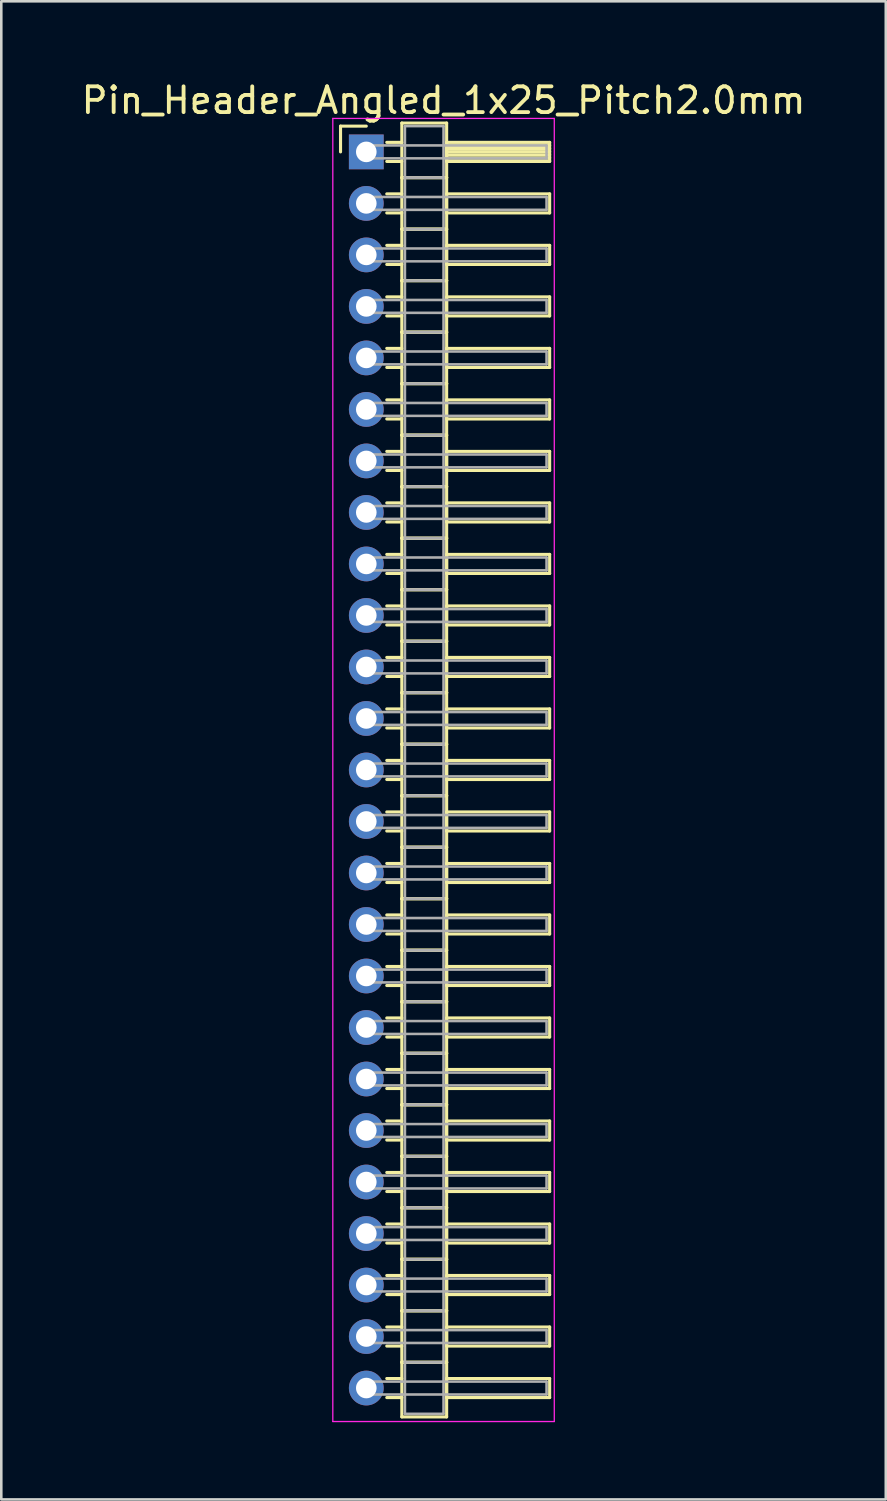
<source format=kicad_pcb>
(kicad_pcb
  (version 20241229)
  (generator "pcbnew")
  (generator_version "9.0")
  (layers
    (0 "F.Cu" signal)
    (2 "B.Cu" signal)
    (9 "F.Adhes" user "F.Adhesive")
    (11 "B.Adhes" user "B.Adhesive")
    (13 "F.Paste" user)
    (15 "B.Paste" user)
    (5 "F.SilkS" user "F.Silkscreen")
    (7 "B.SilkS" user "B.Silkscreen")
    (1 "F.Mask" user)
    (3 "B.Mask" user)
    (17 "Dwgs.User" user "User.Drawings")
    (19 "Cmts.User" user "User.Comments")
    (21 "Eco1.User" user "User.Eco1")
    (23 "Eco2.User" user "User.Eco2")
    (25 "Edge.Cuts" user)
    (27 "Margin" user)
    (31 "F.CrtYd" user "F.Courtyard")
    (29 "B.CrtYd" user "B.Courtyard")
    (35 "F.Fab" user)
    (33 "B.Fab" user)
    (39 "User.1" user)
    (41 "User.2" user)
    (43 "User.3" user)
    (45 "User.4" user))
  (footprint "Pin_Header_Angled_1x25_Pitch2.0mm"
    (layer "F.Cu")
    (at 11.173 2.848)
    (property "Reference" "Pin_Header_Angled_1x25_Pitch2.0mm" (at 3 -2 0) (layer "F.SilkS") (effects (font (size 1 1) (thickness 0.15))))
    (attr through_hole)
    (fp_line (start -1 -1) (end 0 -1) (stroke (width 0.12) (type solid)) (layer "F.SilkS"))
    (fp_line (start -1 0) (end -1 -1) (stroke (width 0.12) (type solid)) (layer "F.SilkS"))
    (fp_line (start 0.795 -0.37) (end 1.38 -0.37) (stroke (width 0.12) (type solid)) (layer "F.SilkS"))
    (fp_line (start 0.795 0.37) (end 1.38 0.37) (stroke (width 0.12) (type solid)) (layer "F.SilkS"))
    (fp_line (start 0.795 1.63) (end 1.38 1.63) (stroke (width 0.12) (type solid)) (layer "F.SilkS"))
    (fp_line (start 0.795 2.37) (end 1.38 2.37) (stroke (width 0.12) (type solid)) (layer "F.SilkS"))
    (fp_line (start 0.795 3.63) (end 1.38 3.63) (stroke (width 0.12) (type solid)) (layer "F.SilkS"))
    (fp_line (start 0.795 4.37) (end 1.38 4.37) (stroke (width 0.12) (type solid)) (layer "F.SilkS"))
    (fp_line (start 0.795 5.63) (end 1.38 5.63) (stroke (width 0.12) (type solid)) (layer "F.SilkS"))
    (fp_line (start 0.795 6.37) (end 1.38 6.37) (stroke (width 0.12) (type solid)) (layer "F.SilkS"))
    (fp_line (start 0.795 7.63) (end 1.38 7.63) (stroke (width 0.12) (type solid)) (layer "F.SilkS"))
    (fp_line (start 0.795 8.37) (end 1.38 8.37) (stroke (width 0.12) (type solid)) (layer "F.SilkS"))
    (fp_line (start 0.795 9.63) (end 1.38 9.63) (stroke (width 0.12) (type solid)) (layer "F.SilkS"))
    (fp_line (start 0.795 10.37) (end 1.38 10.37) (stroke (width 0.12) (type solid)) (layer "F.SilkS"))
    (fp_line (start 0.795 11.63) (end 1.38 11.63) (stroke (width 0.12) (type solid)) (layer "F.SilkS"))
    (fp_line (start 0.795 12.37) (end 1.38 12.37) (stroke (width 0.12) (type solid)) (layer "F.SilkS"))
    (fp_line (start 0.795 13.63) (end 1.38 13.63) (stroke (width 0.12) (type solid)) (layer "F.SilkS"))
    (fp_line (start 0.795 14.37) (end 1.38 14.37) (stroke (width 0.12) (type solid)) (layer "F.SilkS"))
    (fp_line (start 0.795 15.63) (end 1.38 15.63) (stroke (width 0.12) (type solid)) (layer "F.SilkS"))
    (fp_line (start 0.795 16.37) (end 1.38 16.37) (stroke (width 0.12) (type solid)) (layer "F.SilkS"))
    (fp_line (start 0.795 17.63) (end 1.38 17.63) (stroke (width 0.12) (type solid)) (layer "F.SilkS"))
    (fp_line (start 0.795 18.37) (end 1.38 18.37) (stroke (width 0.12) (type solid)) (layer "F.SilkS"))
    (fp_line (start 0.795 19.63) (end 1.38 19.63) (stroke (width 0.12) (type solid)) (layer "F.SilkS"))
    (fp_line (start 0.795 20.37) (end 1.38 20.37) (stroke (width 0.12) (type solid)) (layer "F.SilkS"))
    (fp_line (start 0.795 21.63) (end 1.38 21.63) (stroke (width 0.12) (type solid)) (layer "F.SilkS"))
    (fp_line (start 0.795 22.37) (end 1.38 22.37) (stroke (width 0.12) (type solid)) (layer "F.SilkS"))
    (fp_line (start 0.795 23.63) (end 1.38 23.63) (stroke (width 0.12) (type solid)) (layer "F.SilkS"))
    (fp_line (start 0.795 24.37) (end 1.38 24.37) (stroke (width 0.12) (type solid)) (layer "F.SilkS"))
    (fp_line (start 0.795 25.63) (end 1.38 25.63) (stroke (width 0.12) (type solid)) (layer "F.SilkS"))
    (fp_line (start 0.795 26.37) (end 1.38 26.37) (stroke (width 0.12) (type solid)) (layer "F.SilkS"))
    (fp_line (start 0.795 27.63) (end 1.38 27.63) (stroke (width 0.12) (type solid)) (layer "F.SilkS"))
    (fp_line (start 0.795 28.37) (end 1.38 28.37) (stroke (width 0.12) (type solid)) (layer "F.SilkS"))
    (fp_line (start 0.795 29.63) (end 1.38 29.63) (stroke (width 0.12) (type solid)) (layer "F.SilkS"))
    (fp_line (start 0.795 30.37) (end 1.38 30.37) (stroke (width 0.12) (type solid)) (layer "F.SilkS"))
    (fp_line (start 0.795 31.63) (end 1.38 31.63) (stroke (width 0.12) (type solid)) (layer "F.SilkS"))
    (fp_line (start 0.795 32.37) (end 1.38 32.37) (stroke (width 0.12) (type solid)) (layer "F.SilkS"))
    (fp_line (start 0.795 33.63) (end 1.38 33.63) (stroke (width 0.12) (type solid)) (layer "F.SilkS"))
    (fp_line (start 0.795 34.37) (end 1.38 34.37) (stroke (width 0.12) (type solid)) (layer "F.SilkS"))
    (fp_line (start 0.795 35.63) (end 1.38 35.63) (stroke (width 0.12) (type solid)) (layer "F.SilkS"))
    (fp_line (start 0.795 36.37) (end 1.38 36.37) (stroke (width 0.12) (type solid)) (layer "F.SilkS"))
    (fp_line (start 0.795 37.63) (end 1.38 37.63) (stroke (width 0.12) (type solid)) (layer "F.SilkS"))
    (fp_line (start 0.795 38.37) (end 1.38 38.37) (stroke (width 0.12) (type solid)) (layer "F.SilkS"))
    (fp_line (start 0.795 39.63) (end 1.38 39.63) (stroke (width 0.12) (type solid)) (layer "F.SilkS"))
    (fp_line (start 0.795 40.37) (end 1.38 40.37) (stroke (width 0.12) (type solid)) (layer "F.SilkS"))
    (fp_line (start 0.795 41.63) (end 1.38 41.63) (stroke (width 0.12) (type solid)) (layer "F.SilkS"))
    (fp_line (start 0.795 42.37) (end 1.38 42.37) (stroke (width 0.12) (type solid)) (layer "F.SilkS"))
    (fp_line (start 0.795 43.63) (end 1.38 43.63) (stroke (width 0.12) (type solid)) (layer "F.SilkS"))
    (fp_line (start 0.795 44.37) (end 1.38 44.37) (stroke (width 0.12) (type solid)) (layer "F.SilkS"))
    (fp_line (start 0.795 45.63) (end 1.38 45.63) (stroke (width 0.12) (type solid)) (layer "F.SilkS"))
    (fp_line (start 0.795 46.37) (end 1.38 46.37) (stroke (width 0.12) (type solid)) (layer "F.SilkS"))
    (fp_line (start 0.795 47.63) (end 1.38 47.63) (stroke (width 0.12) (type solid)) (layer "F.SilkS"))
    (fp_line (start 0.795 48.37) (end 1.38 48.37) (stroke (width 0.12) (type solid)) (layer "F.SilkS"))
    (fp_line (start 1.38 -1.12) (end 1.38 1) (stroke (width 0.12) (type solid)) (layer "F.SilkS"))
    (fp_line (start 1.38 1) (end 1.38 3) (stroke (width 0.12) (type solid)) (layer "F.SilkS"))
    (fp_line (start 1.38 1) (end 3.12 1) (stroke (width 0.12) (type solid)) (layer "F.SilkS"))
    (fp_line (start 1.38 3) (end 1.38 5) (stroke (width 0.12) (type solid)) (layer "F.SilkS"))
    (fp_line (start 1.38 3) (end 3.12 3) (stroke (width 0.12) (type solid)) (layer "F.SilkS"))
    (fp_line (start 1.38 5) (end 1.38 7) (stroke (width 0.12) (type solid)) (layer "F.SilkS"))
    (fp_line (start 1.38 5) (end 3.12 5) (stroke (width 0.12) (type solid)) (layer "F.SilkS"))
    (fp_line (start 1.38 7) (end 1.38 9) (stroke (width 0.12) (type solid)) (layer "F.SilkS"))
    (fp_line (start 1.38 7) (end 3.12 7) (stroke (width 0.12) (type solid)) (layer "F.SilkS"))
    (fp_line (start 1.38 9) (end 1.38 11) (stroke (width 0.12) (type solid)) (layer "F.SilkS"))
    (fp_line (start 1.38 9) (end 3.12 9) (stroke (width 0.12) (type solid)) (layer "F.SilkS"))
    (fp_line (start 1.38 11) (end 1.38 13) (stroke (width 0.12) (type solid)) (layer "F.SilkS"))
    (fp_line (start 1.38 11) (end 3.12 11) (stroke (width 0.12) (type solid)) (layer "F.SilkS"))
    (fp_line (start 1.38 13) (end 1.38 15) (stroke (width 0.12) (type solid)) (layer "F.SilkS"))
    (fp_line (start 1.38 13) (end 3.12 13) (stroke (width 0.12) (type solid)) (layer "F.SilkS"))
    (fp_line (start 1.38 15) (end 1.38 17) (stroke (width 0.12) (type solid)) (layer "F.SilkS"))
    (fp_line (start 1.38 15) (end 3.12 15) (stroke (width 0.12) (type solid)) (layer "F.SilkS"))
    (fp_line (start 1.38 17) (end 1.38 19) (stroke (width 0.12) (type solid)) (layer "F.SilkS"))
    (fp_line (start 1.38 17) (end 3.12 17) (stroke (width 0.12) (type solid)) (layer "F.SilkS"))
    (fp_line (start 1.38 19) (end 1.38 21) (stroke (width 0.12) (type solid)) (layer "F.SilkS"))
    (fp_line (start 1.38 19) (end 3.12 19) (stroke (width 0.12) (type solid)) (layer "F.SilkS"))
    (fp_line (start 1.38 21) (end 1.38 23) (stroke (width 0.12) (type solid)) (layer "F.SilkS"))
    (fp_line (start 1.38 21) (end 3.12 21) (stroke (width 0.12) (type solid)) (layer "F.SilkS"))
    (fp_line (start 1.38 23) (end 1.38 25) (stroke (width 0.12) (type solid)) (layer "F.SilkS"))
    (fp_line (start 1.38 23) (end 3.12 23) (stroke (width 0.12) (type solid)) (layer "F.SilkS"))
    (fp_line (start 1.38 25) (end 1.38 27) (stroke (width 0.12) (type solid)) (layer "F.SilkS"))
    (fp_line (start 1.38 25) (end 3.12 25) (stroke (width 0.12) (type solid)) (layer "F.SilkS"))
    (fp_line (start 1.38 27) (end 1.38 29) (stroke (width 0.12) (type solid)) (layer "F.SilkS"))
    (fp_line (start 1.38 27) (end 3.12 27) (stroke (width 0.12) (type solid)) (layer "F.SilkS"))
    (fp_line (start 1.38 29) (end 1.38 31) (stroke (width 0.12) (type solid)) (layer "F.SilkS"))
    (fp_line (start 1.38 29) (end 3.12 29) (stroke (width 0.12) (type solid)) (layer "F.SilkS"))
    (fp_line (start 1.38 31) (end 1.38 33) (stroke (width 0.12) (type solid)) (layer "F.SilkS"))
    (fp_line (start 1.38 31) (end 3.12 31) (stroke (width 0.12) (type solid)) (layer "F.SilkS"))
    (fp_line (start 1.38 33) (end 1.38 35) (stroke (width 0.12) (type solid)) (layer "F.SilkS"))
    (fp_line (start 1.38 33) (end 3.12 33) (stroke (width 0.12) (type solid)) (layer "F.SilkS"))
    (fp_line (start 1.38 35) (end 1.38 37) (stroke (width 0.12) (type solid)) (layer "F.SilkS"))
    (fp_line (start 1.38 35) (end 3.12 35) (stroke (width 0.12) (type solid)) (layer "F.SilkS"))
    (fp_line (start 1.38 37) (end 1.38 39) (stroke (width 0.12) (type solid)) (layer "F.SilkS"))
    (fp_line (start 1.38 37) (end 3.12 37) (stroke (width 0.12) (type solid)) (layer "F.SilkS"))
    (fp_line (start 1.38 39) (end 1.38 41) (stroke (width 0.12) (type solid)) (layer "F.SilkS"))
    (fp_line (start 1.38 39) (end 3.12 39) (stroke (width 0.12) (type solid)) (layer "F.SilkS"))
    (fp_line (start 1.38 41) (end 1.38 43) (stroke (width 0.12) (type solid)) (layer "F.SilkS"))
    (fp_line (start 1.38 41) (end 3.12 41) (stroke (width 0.12) (type solid)) (layer "F.SilkS"))
    (fp_line (start 1.38 43) (end 1.38 45) (stroke (width 0.12) (type solid)) (layer "F.SilkS"))
    (fp_line (start 1.38 43) (end 3.12 43) (stroke (width 0.12) (type solid)) (layer "F.SilkS"))
    (fp_line (start 1.38 45) (end 1.38 47) (stroke (width 0.12) (type solid)) (layer "F.SilkS"))
    (fp_line (start 1.38 45) (end 3.12 45) (stroke (width 0.12) (type solid)) (layer "F.SilkS"))
    (fp_line (start 1.38 47) (end 1.38 49.12) (stroke (width 0.12) (type solid)) (layer "F.SilkS"))
    (fp_line (start 1.38 47) (end 3.12 47) (stroke (width 0.12) (type solid)) (layer "F.SilkS"))
    (fp_line (start 1.38 49.12) (end 3.12 49.12) (stroke (width 0.12) (type solid)) (layer "F.SilkS"))
    (fp_line (start 3.12 -1.12) (end 1.38 -1.12) (stroke (width 0.12) (type solid)) (layer "F.SilkS"))
    (fp_line (start 3.12 -0.37) (end 3.12 0.37) (stroke (width 0.12) (type solid)) (layer "F.SilkS"))
    (fp_line (start 3.12 -0.25) (end 7.12 -0.25) (stroke (width 0.12) (type solid)) (layer "F.SilkS"))
    (fp_line (start 3.12 -0.13) (end 7.12 -0.13) (stroke (width 0.12) (type solid)) (layer "F.SilkS"))
    (fp_line (start 3.12 -0.01) (end 7.12 -0.01) (stroke (width 0.12) (type solid)) (layer "F.SilkS"))
    (fp_line (start 3.12 0.11) (end 7.12 0.11) (stroke (width 0.12) (type solid)) (layer "F.SilkS"))
    (fp_line (start 3.12 0.23) (end 7.12 0.23) (stroke (width 0.12) (type solid)) (layer "F.SilkS"))
    (fp_line (start 3.12 0.35) (end 7.12 0.35) (stroke (width 0.12) (type solid)) (layer "F.SilkS"))
    (fp_line (start 3.12 0.37) (end 7.12 0.37) (stroke (width 0.12) (type solid)) (layer "F.SilkS"))
    (fp_line (start 3.12 1) (end 1.38 1) (stroke (width 0.12) (type solid)) (layer "F.SilkS"))
    (fp_line (start 3.12 1) (end 3.12 -1.12) (stroke (width 0.12) (type solid)) (layer "F.SilkS"))
    (fp_line (start 3.12 1.63) (end 3.12 2.37) (stroke (width 0.12) (type solid)) (layer "F.SilkS"))
    (fp_line (start 3.12 2.37) (end 7.12 2.37) (stroke (width 0.12) (type solid)) (layer "F.SilkS"))
    (fp_line (start 3.12 3) (end 1.38 3) (stroke (width 0.12) (type solid)) (layer "F.SilkS"))
    (fp_line (start 3.12 3) (end 3.12 1) (stroke (width 0.12) (type solid)) (layer "F.SilkS"))
    (fp_line (start 3.12 3.63) (end 3.12 4.37) (stroke (width 0.12) (type solid)) (layer "F.SilkS"))
    (fp_line (start 3.12 4.37) (end 7.12 4.37) (stroke (width 0.12) (type solid)) (layer "F.SilkS"))
    (fp_line (start 3.12 5) (end 1.38 5) (stroke (width 0.12) (type solid)) (layer "F.SilkS"))
    (fp_line (start 3.12 5) (end 3.12 3) (stroke (width 0.12) (type solid)) (layer "F.SilkS"))
    (fp_line (start 3.12 5.63) (end 3.12 6.37) (stroke (width 0.12) (type solid)) (layer "F.SilkS"))
    (fp_line (start 3.12 6.37) (end 7.12 6.37) (stroke (width 0.12) (type solid)) (layer "F.SilkS"))
    (fp_line (start 3.12 7) (end 1.38 7) (stroke (width 0.12) (type solid)) (layer "F.SilkS"))
    (fp_line (start 3.12 7) (end 3.12 5) (stroke (width 0.12) (type solid)) (layer "F.SilkS"))
    (fp_line (start 3.12 7.63) (end 3.12 8.37) (stroke (width 0.12) (type solid)) (layer "F.SilkS"))
    (fp_line (start 3.12 8.37) (end 7.12 8.37) (stroke (width 0.12) (type solid)) (layer "F.SilkS"))
    (fp_line (start 3.12 9) (end 1.38 9) (stroke (width 0.12) (type solid)) (layer "F.SilkS"))
    (fp_line (start 3.12 9) (end 3.12 7) (stroke (width 0.12) (type solid)) (layer "F.SilkS"))
    (fp_line (start 3.12 9.63) (end 3.12 10.37) (stroke (width 0.12) (type solid)) (layer "F.SilkS"))
    (fp_line (start 3.12 10.37) (end 7.12 10.37) (stroke (width 0.12) (type solid)) (layer "F.SilkS"))
    (fp_line (start 3.12 11) (end 1.38 11) (stroke (width 0.12) (type solid)) (layer "F.SilkS"))
    (fp_line (start 3.12 11) (end 3.12 9) (stroke (width 0.12) (type solid)) (layer "F.SilkS"))
    (fp_line (start 3.12 11.63) (end 3.12 12.37) (stroke (width 0.12) (type solid)) (layer "F.SilkS"))
    (fp_line (start 3.12 12.37) (end 7.12 12.37) (stroke (width 0.12) (type solid)) (layer "F.SilkS"))
    (fp_line (start 3.12 13) (end 1.38 13) (stroke (width 0.12) (type solid)) (layer "F.SilkS"))
    (fp_line (start 3.12 13) (end 3.12 11) (stroke (width 0.12) (type solid)) (layer "F.SilkS"))
    (fp_line (start 3.12 13.63) (end 3.12 14.37) (stroke (width 0.12) (type solid)) (layer "F.SilkS"))
    (fp_line (start 3.12 14.37) (end 7.12 14.37) (stroke (width 0.12) (type solid)) (layer "F.SilkS"))
    (fp_line (start 3.12 15) (end 1.38 15) (stroke (width 0.12) (type solid)) (layer "F.SilkS"))
    (fp_line (start 3.12 15) (end 3.12 13) (stroke (width 0.12) (type solid)) (layer "F.SilkS"))
    (fp_line (start 3.12 15.63) (end 3.12 16.37) (stroke (width 0.12) (type solid)) (layer "F.SilkS"))
    (fp_line (start 3.12 16.37) (end 7.12 16.37) (stroke (width 0.12) (type solid)) (layer "F.SilkS"))
    (fp_line (start 3.12 17) (end 1.38 17) (stroke (width 0.12) (type solid)) (layer "F.SilkS"))
    (fp_line (start 3.12 17) (end 3.12 15) (stroke (width 0.12) (type solid)) (layer "F.SilkS"))
    (fp_line (start 3.12 17.63) (end 3.12 18.37) (stroke (width 0.12) (type solid)) (layer "F.SilkS"))
    (fp_line (start 3.12 18.37) (end 7.12 18.37) (stroke (width 0.12) (type solid)) (layer "F.SilkS"))
    (fp_line (start 3.12 19) (end 1.38 19) (stroke (width 0.12) (type solid)) (layer "F.SilkS"))
    (fp_line (start 3.12 19) (end 3.12 17) (stroke (width 0.12) (type solid)) (layer "F.SilkS"))
    (fp_line (start 3.12 19.63) (end 3.12 20.37) (stroke (width 0.12) (type solid)) (layer "F.SilkS"))
    (fp_line (start 3.12 20.37) (end 7.12 20.37) (stroke (width 0.12) (type solid)) (layer "F.SilkS"))
    (fp_line (start 3.12 21) (end 1.38 21) (stroke (width 0.12) (type solid)) (layer "F.SilkS"))
    (fp_line (start 3.12 21) (end 3.12 19) (stroke (width 0.12) (type solid)) (layer "F.SilkS"))
    (fp_line (start 3.12 21.63) (end 3.12 22.37) (stroke (width 0.12) (type solid)) (layer "F.SilkS"))
    (fp_line (start 3.12 22.37) (end 7.12 22.37) (stroke (width 0.12) (type solid)) (layer "F.SilkS"))
    (fp_line (start 3.12 23) (end 1.38 23) (stroke (width 0.12) (type solid)) (layer "F.SilkS"))
    (fp_line (start 3.12 23) (end 3.12 21) (stroke (width 0.12) (type solid)) (layer "F.SilkS"))
    (fp_line (start 3.12 23.63) (end 3.12 24.37) (stroke (width 0.12) (type solid)) (layer "F.SilkS"))
    (fp_line (start 3.12 24.37) (end 7.12 24.37) (stroke (width 0.12) (type solid)) (layer "F.SilkS"))
    (fp_line (start 3.12 25) (end 1.38 25) (stroke (width 0.12) (type solid)) (layer "F.SilkS"))
    (fp_line (start 3.12 25) (end 3.12 23) (stroke (width 0.12) (type solid)) (layer "F.SilkS"))
    (fp_line (start 3.12 25.63) (end 3.12 26.37) (stroke (width 0.12) (type solid)) (layer "F.SilkS"))
    (fp_line (start 3.12 26.37) (end 7.12 26.37) (stroke (width 0.12) (type solid)) (layer "F.SilkS"))
    (fp_line (start 3.12 27) (end 1.38 27) (stroke (width 0.12) (type solid)) (layer "F.SilkS"))
    (fp_line (start 3.12 27) (end 3.12 25) (stroke (width 0.12) (type solid)) (layer "F.SilkS"))
    (fp_line (start 3.12 27.63) (end 3.12 28.37) (stroke (width 0.12) (type solid)) (layer "F.SilkS"))
    (fp_line (start 3.12 28.37) (end 7.12 28.37) (stroke (width 0.12) (type solid)) (layer "F.SilkS"))
    (fp_line (start 3.12 29) (end 1.38 29) (stroke (width 0.12) (type solid)) (layer "F.SilkS"))
    (fp_line (start 3.12 29) (end 3.12 27) (stroke (width 0.12) (type solid)) (layer "F.SilkS"))
    (fp_line (start 3.12 29.63) (end 3.12 30.37) (stroke (width 0.12) (type solid)) (layer "F.SilkS"))
    (fp_line (start 3.12 30.37) (end 7.12 30.37) (stroke (width 0.12) (type solid)) (layer "F.SilkS"))
    (fp_line (start 3.12 31) (end 1.38 31) (stroke (width 0.12) (type solid)) (layer "F.SilkS"))
    (fp_line (start 3.12 31) (end 3.12 29) (stroke (width 0.12) (type solid)) (layer "F.SilkS"))
    (fp_line (start 3.12 31.63) (end 3.12 32.37) (stroke (width 0.12) (type solid)) (layer "F.SilkS"))
    (fp_line (start 3.12 32.37) (end 7.12 32.37) (stroke (width 0.12) (type solid)) (layer "F.SilkS"))
    (fp_line (start 3.12 33) (end 1.38 33) (stroke (width 0.12) (type solid)) (layer "F.SilkS"))
    (fp_line (start 3.12 33) (end 3.12 31) (stroke (width 0.12) (type solid)) (layer "F.SilkS"))
    (fp_line (start 3.12 33.63) (end 3.12 34.37) (stroke (width 0.12) (type solid)) (layer "F.SilkS"))
    (fp_line (start 3.12 34.37) (end 7.12 34.37) (stroke (width 0.12) (type solid)) (layer "F.SilkS"))
    (fp_line (start 3.12 35) (end 1.38 35) (stroke (width 0.12) (type solid)) (layer "F.SilkS"))
    (fp_line (start 3.12 35) (end 3.12 33) (stroke (width 0.12) (type solid)) (layer "F.SilkS"))
    (fp_line (start 3.12 35.63) (end 3.12 36.37) (stroke (width 0.12) (type solid)) (layer "F.SilkS"))
    (fp_line (start 3.12 36.37) (end 7.12 36.37) (stroke (width 0.12) (type solid)) (layer "F.SilkS"))
    (fp_line (start 3.12 37) (end 1.38 37) (stroke (width 0.12) (type solid)) (layer "F.SilkS"))
    (fp_line (start 3.12 37) (end 3.12 35) (stroke (width 0.12) (type solid)) (layer "F.SilkS"))
    (fp_line (start 3.12 37.63) (end 3.12 38.37) (stroke (width 0.12) (type solid)) (layer "F.SilkS"))
    (fp_line (start 3.12 38.37) (end 7.12 38.37) (stroke (width 0.12) (type solid)) (layer "F.SilkS"))
    (fp_line (start 3.12 39) (end 1.38 39) (stroke (width 0.12) (type solid)) (layer "F.SilkS"))
    (fp_line (start 3.12 39) (end 3.12 37) (stroke (width 0.12) (type solid)) (layer "F.SilkS"))
    (fp_line (start 3.12 39.63) (end 3.12 40.37) (stroke (width 0.12) (type solid)) (layer "F.SilkS"))
    (fp_line (start 3.12 40.37) (end 7.12 40.37) (stroke (width 0.12) (type solid)) (layer "F.SilkS"))
    (fp_line (start 3.12 41) (end 1.38 41) (stroke (width 0.12) (type solid)) (layer "F.SilkS"))
    (fp_line (start 3.12 41) (end 3.12 39) (stroke (width 0.12) (type solid)) (layer "F.SilkS"))
    (fp_line (start 3.12 41.63) (end 3.12 42.37) (stroke (width 0.12) (type solid)) (layer "F.SilkS"))
    (fp_line (start 3.12 42.37) (end 7.12 42.37) (stroke (width 0.12) (type solid)) (layer "F.SilkS"))
    (fp_line (start 3.12 43) (end 1.38 43) (stroke (width 0.12) (type solid)) (layer "F.SilkS"))
    (fp_line (start 3.12 43) (end 3.12 41) (stroke (width 0.12) (type solid)) (layer "F.SilkS"))
    (fp_line (start 3.12 43.63) (end 3.12 44.37) (stroke (width 0.12) (type solid)) (layer "F.SilkS"))
    (fp_line (start 3.12 44.37) (end 7.12 44.37) (stroke (width 0.12) (type solid)) (layer "F.SilkS"))
    (fp_line (start 3.12 45) (end 1.38 45) (stroke (width 0.12) (type solid)) (layer "F.SilkS"))
    (fp_line (start 3.12 45) (end 3.12 43) (stroke (width 0.12) (type solid)) (layer "F.SilkS"))
    (fp_line (start 3.12 45.63) (end 3.12 46.37) (stroke (width 0.12) (type solid)) (layer "F.SilkS"))
    (fp_line (start 3.12 46.37) (end 7.12 46.37) (stroke (width 0.12) (type solid)) (layer "F.SilkS"))
    (fp_line (start 3.12 47) (end 1.38 47) (stroke (width 0.12) (type solid)) (layer "F.SilkS"))
    (fp_line (start 3.12 47) (end 3.12 45) (stroke (width 0.12) (type solid)) (layer "F.SilkS"))
    (fp_line (start 3.12 47.63) (end 3.12 48.37) (stroke (width 0.12) (type solid)) (layer "F.SilkS"))
    (fp_line (start 3.12 48.37) (end 7.12 48.37) (stroke (width 0.12) (type solid)) (layer "F.SilkS"))
    (fp_line (start 3.12 49.12) (end 3.12 47) (stroke (width 0.12) (type solid)) (layer "F.SilkS"))
    (fp_line (start 7.12 -0.37) (end 3.12 -0.37) (stroke (width 0.12) (type solid)) (layer "F.SilkS"))
    (fp_line (start 7.12 0.37) (end 7.12 -0.37) (stroke (width 0.12) (type solid)) (layer "F.SilkS"))
    (fp_line (start 7.12 1.63) (end 3.12 1.63) (stroke (width 0.12) (type solid)) (layer "F.SilkS"))
    (fp_line (start 7.12 2.37) (end 7.12 1.63) (stroke (width 0.12) (type solid)) (layer "F.SilkS"))
    (fp_line (start 7.12 3.63) (end 3.12 3.63) (stroke (width 0.12) (type solid)) (layer "F.SilkS"))
    (fp_line (start 7.12 4.37) (end 7.12 3.63) (stroke (width 0.12) (type solid)) (layer "F.SilkS"))
    (fp_line (start 7.12 5.63) (end 3.12 5.63) (stroke (width 0.12) (type solid)) (layer "F.SilkS"))
    (fp_line (start 7.12 6.37) (end 7.12 5.63) (stroke (width 0.12) (type solid)) (layer "F.SilkS"))
    (fp_line (start 7.12 7.63) (end 3.12 7.63) (stroke (width 0.12) (type solid)) (layer "F.SilkS"))
    (fp_line (start 7.12 8.37) (end 7.12 7.63) (stroke (width 0.12) (type solid)) (layer "F.SilkS"))
    (fp_line (start 7.12 9.63) (end 3.12 9.63) (stroke (width 0.12) (type solid)) (layer "F.SilkS"))
    (fp_line (start 7.12 10.37) (end 7.12 9.63) (stroke (width 0.12) (type solid)) (layer "F.SilkS"))
    (fp_line (start 7.12 11.63) (end 3.12 11.63) (stroke (width 0.12) (type solid)) (layer "F.SilkS"))
    (fp_line (start 7.12 12.37) (end 7.12 11.63) (stroke (width 0.12) (type solid)) (layer "F.SilkS"))
    (fp_line (start 7.12 13.63) (end 3.12 13.63) (stroke (width 0.12) (type solid)) (layer "F.SilkS"))
    (fp_line (start 7.12 14.37) (end 7.12 13.63) (stroke (width 0.12) (type solid)) (layer "F.SilkS"))
    (fp_line (start 7.12 15.63) (end 3.12 15.63) (stroke (width 0.12) (type solid)) (layer "F.SilkS"))
    (fp_line (start 7.12 16.37) (end 7.12 15.63) (stroke (width 0.12) (type solid)) (layer "F.SilkS"))
    (fp_line (start 7.12 17.63) (end 3.12 17.63) (stroke (width 0.12) (type solid)) (layer "F.SilkS"))
    (fp_line (start 7.12 18.37) (end 7.12 17.63) (stroke (width 0.12) (type solid)) (layer "F.SilkS"))
    (fp_line (start 7.12 19.63) (end 3.12 19.63) (stroke (width 0.12) (type solid)) (layer "F.SilkS"))
    (fp_line (start 7.12 20.37) (end 7.12 19.63) (stroke (width 0.12) (type solid)) (layer "F.SilkS"))
    (fp_line (start 7.12 21.63) (end 3.12 21.63) (stroke (width 0.12) (type solid)) (layer "F.SilkS"))
    (fp_line (start 7.12 22.37) (end 7.12 21.63) (stroke (width 0.12) (type solid)) (layer "F.SilkS"))
    (fp_line (start 7.12 23.63) (end 3.12 23.63) (stroke (width 0.12) (type solid)) (layer "F.SilkS"))
    (fp_line (start 7.12 24.37) (end 7.12 23.63) (stroke (width 0.12) (type solid)) (layer "F.SilkS"))
    (fp_line (start 7.12 25.63) (end 3.12 25.63) (stroke (width 0.12) (type solid)) (layer "F.SilkS"))
    (fp_line (start 7.12 26.37) (end 7.12 25.63) (stroke (width 0.12) (type solid)) (layer "F.SilkS"))
    (fp_line (start 7.12 27.63) (end 3.12 27.63) (stroke (width 0.12) (type solid)) (layer "F.SilkS"))
    (fp_line (start 7.12 28.37) (end 7.12 27.63) (stroke (width 0.12) (type solid)) (layer "F.SilkS"))
    (fp_line (start 7.12 29.63) (end 3.12 29.63) (stroke (width 0.12) (type solid)) (layer "F.SilkS"))
    (fp_line (start 7.12 30.37) (end 7.12 29.63) (stroke (width 0.12) (type solid)) (layer "F.SilkS"))
    (fp_line (start 7.12 31.63) (end 3.12 31.63) (stroke (width 0.12) (type solid)) (layer "F.SilkS"))
    (fp_line (start 7.12 32.37) (end 7.12 31.63) (stroke (width 0.12) (type solid)) (layer "F.SilkS"))
    (fp_line (start 7.12 33.63) (end 3.12 33.63) (stroke (width 0.12) (type solid)) (layer "F.SilkS"))
    (fp_line (start 7.12 34.37) (end 7.12 33.63) (stroke (width 0.12) (type solid)) (layer "F.SilkS"))
    (fp_line (start 7.12 35.63) (end 3.12 35.63) (stroke (width 0.12) (type solid)) (layer "F.SilkS"))
    (fp_line (start 7.12 36.37) (end 7.12 35.63) (stroke (width 0.12) (type solid)) (layer "F.SilkS"))
    (fp_line (start 7.12 37.63) (end 3.12 37.63) (stroke (width 0.12) (type solid)) (layer "F.SilkS"))
    (fp_line (start 7.12 38.37) (end 7.12 37.63) (stroke (width 0.12) (type solid)) (layer "F.SilkS"))
    (fp_line (start 7.12 39.63) (end 3.12 39.63) (stroke (width 0.12) (type solid)) (layer "F.SilkS"))
    (fp_line (start 7.12 40.37) (end 7.12 39.63) (stroke (width 0.12) (type solid)) (layer "F.SilkS"))
    (fp_line (start 7.12 41.63) (end 3.12 41.63) (stroke (width 0.12) (type solid)) (layer "F.SilkS"))
    (fp_line (start 7.12 42.37) (end 7.12 41.63) (stroke (width 0.12) (type solid)) (layer "F.SilkS"))
    (fp_line (start 7.12 43.63) (end 3.12 43.63) (stroke (width 0.12) (type solid)) (layer "F.SilkS"))
    (fp_line (start 7.12 44.37) (end 7.12 43.63) (stroke (width 0.12) (type solid)) (layer "F.SilkS"))
    (fp_line (start 7.12 45.63) (end 3.12 45.63) (stroke (width 0.12) (type solid)) (layer "F.SilkS"))
    (fp_line (start 7.12 46.37) (end 7.12 45.63) (stroke (width 0.12) (type solid)) (layer "F.SilkS"))
    (fp_line (start 7.12 47.63) (end 3.12 47.63) (stroke (width 0.12) (type solid)) (layer "F.SilkS"))
    (fp_line (start 7.12 48.37) (end 7.12 47.63) (stroke (width 0.12) (type solid)) (layer "F.SilkS"))
    (fp_line (start -1.3 -1.3) (end -1.3 49.3) (stroke (width 0.05) (type solid)) (layer "F.CrtYd"))
    (fp_line (start -1.3 49.3) (end 7.3 49.3) (stroke (width 0.05) (type solid)) (layer "F.CrtYd"))
    (fp_line (start 7.3 -1.3) (end -1.3 -1.3) (stroke (width 0.05) (type solid)) (layer "F.CrtYd"))
    (fp_line (start 7.3 49.3) (end 7.3 -1.3) (stroke (width 0.05) (type solid)) (layer "F.CrtYd"))
    (fp_line (start 0 -0.25) (end 0 0.25) (stroke (width 0.1) (type solid)) (layer "F.Fab"))
    (fp_line (start 0 0.25) (end 7 0.25) (stroke (width 0.1) (type solid)) (layer "F.Fab"))
    (fp_line (start 0 1.75) (end 0 2.25) (stroke (width 0.1) (type solid)) (layer "F.Fab"))
    (fp_line (start 0 2.25) (end 7 2.25) (stroke (width 0.1) (type solid)) (layer "F.Fab"))
    (fp_line (start 0 3.75) (end 0 4.25) (stroke (width 0.1) (type solid)) (layer "F.Fab"))
    (fp_line (start 0 4.25) (end 7 4.25) (stroke (width 0.1) (type solid)) (layer "F.Fab"))
    (fp_line (start 0 5.75) (end 0 6.25) (stroke (width 0.1) (type solid)) (layer "F.Fab"))
    (fp_line (start 0 6.25) (end 7 6.25) (stroke (width 0.1) (type solid)) (layer "F.Fab"))
    (fp_line (start 0 7.75) (end 0 8.25) (stroke (width 0.1) (type solid)) (layer "F.Fab"))
    (fp_line (start 0 8.25) (end 7 8.25) (stroke (width 0.1) (type solid)) (layer "F.Fab"))
    (fp_line (start 0 9.75) (end 0 10.25) (stroke (width 0.1) (type solid)) (layer "F.Fab"))
    (fp_line (start 0 10.25) (end 7 10.25) (stroke (width 0.1) (type solid)) (layer "F.Fab"))
    (fp_line (start 0 11.75) (end 0 12.25) (stroke (width 0.1) (type solid)) (layer "F.Fab"))
    (fp_line (start 0 12.25) (end 7 12.25) (stroke (width 0.1) (type solid)) (layer "F.Fab"))
    (fp_line (start 0 13.75) (end 0 14.25) (stroke (width 0.1) (type solid)) (layer "F.Fab"))
    (fp_line (start 0 14.25) (end 7 14.25) (stroke (width 0.1) (type solid)) (layer "F.Fab"))
    (fp_line (start 0 15.75) (end 0 16.25) (stroke (width 0.1) (type solid)) (layer "F.Fab"))
    (fp_line (start 0 16.25) (end 7 16.25) (stroke (width 0.1) (type solid)) (layer "F.Fab"))
    (fp_line (start 0 17.75) (end 0 18.25) (stroke (width 0.1) (type solid)) (layer "F.Fab"))
    (fp_line (start 0 18.25) (end 7 18.25) (stroke (width 0.1) (type solid)) (layer "F.Fab"))
    (fp_line (start 0 19.75) (end 0 20.25) (stroke (width 0.1) (type solid)) (layer "F.Fab"))
    (fp_line (start 0 20.25) (end 7 20.25) (stroke (width 0.1) (type solid)) (layer "F.Fab"))
    (fp_line (start 0 21.75) (end 0 22.25) (stroke (width 0.1) (type solid)) (layer "F.Fab"))
    (fp_line (start 0 22.25) (end 7 22.25) (stroke (width 0.1) (type solid)) (layer "F.Fab"))
    (fp_line (start 0 23.75) (end 0 24.25) (stroke (width 0.1) (type solid)) (layer "F.Fab"))
    (fp_line (start 0 24.25) (end 7 24.25) (stroke (width 0.1) (type solid)) (layer "F.Fab"))
    (fp_line (start 0 25.75) (end 0 26.25) (stroke (width 0.1) (type solid)) (layer "F.Fab"))
    (fp_line (start 0 26.25) (end 7 26.25) (stroke (width 0.1) (type solid)) (layer "F.Fab"))
    (fp_line (start 0 27.75) (end 0 28.25) (stroke (width 0.1) (type solid)) (layer "F.Fab"))
    (fp_line (start 0 28.25) (end 7 28.25) (stroke (width 0.1) (type solid)) (layer "F.Fab"))
    (fp_line (start 0 29.75) (end 0 30.25) (stroke (width 0.1) (type solid)) (layer "F.Fab"))
    (fp_line (start 0 30.25) (end 7 30.25) (stroke (width 0.1) (type solid)) (layer "F.Fab"))
    (fp_line (start 0 31.75) (end 0 32.25) (stroke (width 0.1) (type solid)) (layer "F.Fab"))
    (fp_line (start 0 32.25) (end 7 32.25) (stroke (width 0.1) (type solid)) (layer "F.Fab"))
    (fp_line (start 0 33.75) (end 0 34.25) (stroke (width 0.1) (type solid)) (layer "F.Fab"))
    (fp_line (start 0 34.25) (end 7 34.25) (stroke (width 0.1) (type solid)) (layer "F.Fab"))
    (fp_line (start 0 35.75) (end 0 36.25) (stroke (width 0.1) (type solid)) (layer "F.Fab"))
    (fp_line (start 0 36.25) (end 7 36.25) (stroke (width 0.1) (type solid)) (layer "F.Fab"))
    (fp_line (start 0 37.75) (end 0 38.25) (stroke (width 0.1) (type solid)) (layer "F.Fab"))
    (fp_line (start 0 38.25) (end 7 38.25) (stroke (width 0.1) (type solid)) (layer "F.Fab"))
    (fp_line (start 0 39.75) (end 0 40.25) (stroke (width 0.1) (type solid)) (layer "F.Fab"))
    (fp_line (start 0 40.25) (end 7 40.25) (stroke (width 0.1) (type solid)) (layer "F.Fab"))
    (fp_line (start 0 41.75) (end 0 42.25) (stroke (width 0.1) (type solid)) (layer "F.Fab"))
    (fp_line (start 0 42.25) (end 7 42.25) (stroke (width 0.1) (type solid)) (layer "F.Fab"))
    (fp_line (start 0 43.75) (end 0 44.25) (stroke (width 0.1) (type solid)) (layer "F.Fab"))
    (fp_line (start 0 44.25) (end 7 44.25) (stroke (width 0.1) (type solid)) (layer "F.Fab"))
    (fp_line (start 0 45.75) (end 0 46.25) (stroke (width 0.1) (type solid)) (layer "F.Fab"))
    (fp_line (start 0 46.25) (end 7 46.25) (stroke (width 0.1) (type solid)) (layer "F.Fab"))
    (fp_line (start 0 47.75) (end 0 48.25) (stroke (width 0.1) (type solid)) (layer "F.Fab"))
    (fp_line (start 0 48.25) (end 7 48.25) (stroke (width 0.1) (type solid)) (layer "F.Fab"))
    (fp_line (start 1.5 -1) (end 1.5 1) (stroke (width 0.1) (type solid)) (layer "F.Fab"))
    (fp_line (start 1.5 1) (end 1.5 3) (stroke (width 0.1) (type solid)) (layer "F.Fab"))
    (fp_line (start 1.5 1) (end 3 1) (stroke (width 0.1) (type solid)) (layer "F.Fab"))
    (fp_line (start 1.5 3) (end 1.5 5) (stroke (width 0.1) (type solid)) (layer "F.Fab"))
    (fp_line (start 1.5 3) (end 3 3) (stroke (width 0.1) (type solid)) (layer "F.Fab"))
    (fp_line (start 1.5 5) (end 1.5 7) (stroke (width 0.1) (type solid)) (layer "F.Fab"))
    (fp_line (start 1.5 5) (end 3 5) (stroke (width 0.1) (type solid)) (layer "F.Fab"))
    (fp_line (start 1.5 7) (end 1.5 9) (stroke (width 0.1) (type solid)) (layer "F.Fab"))
    (fp_line (start 1.5 7) (end 3 7) (stroke (width 0.1) (type solid)) (layer "F.Fab"))
    (fp_line (start 1.5 9) (end 1.5 11) (stroke (width 0.1) (type solid)) (layer "F.Fab"))
    (fp_line (start 1.5 9) (end 3 9) (stroke (width 0.1) (type solid)) (layer "F.Fab"))
    (fp_line (start 1.5 11) (end 1.5 13) (stroke (width 0.1) (type solid)) (layer "F.Fab"))
    (fp_line (start 1.5 11) (end 3 11) (stroke (width 0.1) (type solid)) (layer "F.Fab"))
    (fp_line (start 1.5 13) (end 1.5 15) (stroke (width 0.1) (type solid)) (layer "F.Fab"))
    (fp_line (start 1.5 13) (end 3 13) (stroke (width 0.1) (type solid)) (layer "F.Fab"))
    (fp_line (start 1.5 15) (end 1.5 17) (stroke (width 0.1) (type solid)) (layer "F.Fab"))
    (fp_line (start 1.5 15) (end 3 15) (stroke (width 0.1) (type solid)) (layer "F.Fab"))
    (fp_line (start 1.5 17) (end 1.5 19) (stroke (width 0.1) (type solid)) (layer "F.Fab"))
    (fp_line (start 1.5 17) (end 3 17) (stroke (width 0.1) (type solid)) (layer "F.Fab"))
    (fp_line (start 1.5 19) (end 1.5 21) (stroke (width 0.1) (type solid)) (layer "F.Fab"))
    (fp_line (start 1.5 19) (end 3 19) (stroke (width 0.1) (type solid)) (layer "F.Fab"))
    (fp_line (start 1.5 21) (end 1.5 23) (stroke (width 0.1) (type solid)) (layer "F.Fab"))
    (fp_line (start 1.5 21) (end 3 21) (stroke (width 0.1) (type solid)) (layer "F.Fab"))
    (fp_line (start 1.5 23) (end 1.5 25) (stroke (width 0.1) (type solid)) (layer "F.Fab"))
    (fp_line (start 1.5 23) (end 3 23) (stroke (width 0.1) (type solid)) (layer "F.Fab"))
    (fp_line (start 1.5 25) (end 1.5 27) (stroke (width 0.1) (type solid)) (layer "F.Fab"))
    (fp_line (start 1.5 25) (end 3 25) (stroke (width 0.1) (type solid)) (layer "F.Fab"))
    (fp_line (start 1.5 27) (end 1.5 29) (stroke (width 0.1) (type solid)) (layer "F.Fab"))
    (fp_line (start 1.5 27) (end 3 27) (stroke (width 0.1) (type solid)) (layer "F.Fab"))
    (fp_line (start 1.5 29) (end 1.5 31) (stroke (width 0.1) (type solid)) (layer "F.Fab"))
    (fp_line (start 1.5 29) (end 3 29) (stroke (width 0.1) (type solid)) (layer "F.Fab"))
    (fp_line (start 1.5 31) (end 1.5 33) (stroke (width 0.1) (type solid)) (layer "F.Fab"))
    (fp_line (start 1.5 31) (end 3 31) (stroke (width 0.1) (type solid)) (layer "F.Fab"))
    (fp_line (start 1.5 33) (end 1.5 35) (stroke (width 0.1) (type solid)) (layer "F.Fab"))
    (fp_line (start 1.5 33) (end 3 33) (stroke (width 0.1) (type solid)) (layer "F.Fab"))
    (fp_line (start 1.5 35) (end 1.5 37) (stroke (width 0.1) (type solid)) (layer "F.Fab"))
    (fp_line (start 1.5 35) (end 3 35) (stroke (width 0.1) (type solid)) (layer "F.Fab"))
    (fp_line (start 1.5 37) (end 1.5 39) (stroke (width 0.1) (type solid)) (layer "F.Fab"))
    (fp_line (start 1.5 37) (end 3 37) (stroke (width 0.1) (type solid)) (layer "F.Fab"))
    (fp_line (start 1.5 39) (end 1.5 41) (stroke (width 0.1) (type solid)) (layer "F.Fab"))
    (fp_line (start 1.5 39) (end 3 39) (stroke (width 0.1) (type solid)) (layer "F.Fab"))
    (fp_line (start 1.5 41) (end 1.5 43) (stroke (width 0.1) (type solid)) (layer "F.Fab"))
    (fp_line (start 1.5 41) (end 3 41) (stroke (width 0.1) (type solid)) (layer "F.Fab"))
    (fp_line (start 1.5 43) (end 1.5 45) (stroke (width 0.1) (type solid)) (layer "F.Fab"))
    (fp_line (start 1.5 43) (end 3 43) (stroke (width 0.1) (type solid)) (layer "F.Fab"))
    (fp_line (start 1.5 45) (end 1.5 47) (stroke (width 0.1) (type solid)) (layer "F.Fab"))
    (fp_line (start 1.5 45) (end 3 45) (stroke (width 0.1) (type solid)) (layer "F.Fab"))
    (fp_line (start 1.5 47) (end 1.5 49) (stroke (width 0.1) (type solid)) (layer "F.Fab"))
    (fp_line (start 1.5 47) (end 3 47) (stroke (width 0.1) (type solid)) (layer "F.Fab"))
    (fp_line (start 1.5 49) (end 3 49) (stroke (width 0.1) (type solid)) (layer "F.Fab"))
    (fp_line (start 3 -1) (end 1.5 -1) (stroke (width 0.1) (type solid)) (layer "F.Fab"))
    (fp_line (start 3 1) (end 1.5 1) (stroke (width 0.1) (type solid)) (layer "F.Fab"))
    (fp_line (start 3 1) (end 3 -1) (stroke (width 0.1) (type solid)) (layer "F.Fab"))
    (fp_line (start 3 3) (end 1.5 3) (stroke (width 0.1) (type solid)) (layer "F.Fab"))
    (fp_line (start 3 3) (end 3 1) (stroke (width 0.1) (type solid)) (layer "F.Fab"))
    (fp_line (start 3 5) (end 1.5 5) (stroke (width 0.1) (type solid)) (layer "F.Fab"))
    (fp_line (start 3 5) (end 3 3) (stroke (width 0.1) (type solid)) (layer "F.Fab"))
    (fp_line (start 3 7) (end 1.5 7) (stroke (width 0.1) (type solid)) (layer "F.Fab"))
    (fp_line (start 3 7) (end 3 5) (stroke (width 0.1) (type solid)) (layer "F.Fab"))
    (fp_line (start 3 9) (end 1.5 9) (stroke (width 0.1) (type solid)) (layer "F.Fab"))
    (fp_line (start 3 9) (end 3 7) (stroke (width 0.1) (type solid)) (layer "F.Fab"))
    (fp_line (start 3 11) (end 1.5 11) (stroke (width 0.1) (type solid)) (layer "F.Fab"))
    (fp_line (start 3 11) (end 3 9) (stroke (width 0.1) (type solid)) (layer "F.Fab"))
    (fp_line (start 3 13) (end 1.5 13) (stroke (width 0.1) (type solid)) (layer "F.Fab"))
    (fp_line (start 3 13) (end 3 11) (stroke (width 0.1) (type solid)) (layer "F.Fab"))
    (fp_line (start 3 15) (end 1.5 15) (stroke (width 0.1) (type solid)) (layer "F.Fab"))
    (fp_line (start 3 15) (end 3 13) (stroke (width 0.1) (type solid)) (layer "F.Fab"))
    (fp_line (start 3 17) (end 1.5 17) (stroke (width 0.1) (type solid)) (layer "F.Fab"))
    (fp_line (start 3 17) (end 3 15) (stroke (width 0.1) (type solid)) (layer "F.Fab"))
    (fp_line (start 3 19) (end 1.5 19) (stroke (width 0.1) (type solid)) (layer "F.Fab"))
    (fp_line (start 3 19) (end 3 17) (stroke (width 0.1) (type solid)) (layer "F.Fab"))
    (fp_line (start 3 21) (end 1.5 21) (stroke (width 0.1) (type solid)) (layer "F.Fab"))
    (fp_line (start 3 21) (end 3 19) (stroke (width 0.1) (type solid)) (layer "F.Fab"))
    (fp_line (start 3 23) (end 1.5 23) (stroke (width 0.1) (type solid)) (layer "F.Fab"))
    (fp_line (start 3 23) (end 3 21) (stroke (width 0.1) (type solid)) (layer "F.Fab"))
    (fp_line (start 3 25) (end 1.5 25) (stroke (width 0.1) (type solid)) (layer "F.Fab"))
    (fp_line (start 3 25) (end 3 23) (stroke (width 0.1) (type solid)) (layer "F.Fab"))
    (fp_line (start 3 27) (end 1.5 27) (stroke (width 0.1) (type solid)) (layer "F.Fab"))
    (fp_line (start 3 27) (end 3 25) (stroke (width 0.1) (type solid)) (layer "F.Fab"))
    (fp_line (start 3 29) (end 1.5 29) (stroke (width 0.1) (type solid)) (layer "F.Fab"))
    (fp_line (start 3 29) (end 3 27) (stroke (width 0.1) (type solid)) (layer "F.Fab"))
    (fp_line (start 3 31) (end 1.5 31) (stroke (width 0.1) (type solid)) (layer "F.Fab"))
    (fp_line (start 3 31) (end 3 29) (stroke (width 0.1) (type solid)) (layer "F.Fab"))
    (fp_line (start 3 33) (end 1.5 33) (stroke (width 0.1) (type solid)) (layer "F.Fab"))
    (fp_line (start 3 33) (end 3 31) (stroke (width 0.1) (type solid)) (layer "F.Fab"))
    (fp_line (start 3 35) (end 1.5 35) (stroke (width 0.1) (type solid)) (layer "F.Fab"))
    (fp_line (start 3 35) (end 3 33) (stroke (width 0.1) (type solid)) (layer "F.Fab"))
    (fp_line (start 3 37) (end 1.5 37) (stroke (width 0.1) (type solid)) (layer "F.Fab"))
    (fp_line (start 3 37) (end 3 35) (stroke (width 0.1) (type solid)) (layer "F.Fab"))
    (fp_line (start 3 39) (end 1.5 39) (stroke (width 0.1) (type solid)) (layer "F.Fab"))
    (fp_line (start 3 39) (end 3 37) (stroke (width 0.1) (type solid)) (layer "F.Fab"))
    (fp_line (start 3 41) (end 1.5 41) (stroke (width 0.1) (type solid)) (layer "F.Fab"))
    (fp_line (start 3 41) (end 3 39) (stroke (width 0.1) (type solid)) (layer "F.Fab"))
    (fp_line (start 3 43) (end 1.5 43) (stroke (width 0.1) (type solid)) (layer "F.Fab"))
    (fp_line (start 3 43) (end 3 41) (stroke (width 0.1) (type solid)) (layer "F.Fab"))
    (fp_line (start 3 45) (end 1.5 45) (stroke (width 0.1) (type solid)) (layer "F.Fab"))
    (fp_line (start 3 45) (end 3 43) (stroke (width 0.1) (type solid)) (layer "F.Fab"))
    (fp_line (start 3 47) (end 1.5 47) (stroke (width 0.1) (type solid)) (layer "F.Fab"))
    (fp_line (start 3 47) (end 3 45) (stroke (width 0.1) (type solid)) (layer "F.Fab"))
    (fp_line (start 3 49) (end 3 47) (stroke (width 0.1) (type solid)) (layer "F.Fab"))
    (fp_line (start 7 -0.25) (end 0 -0.25) (stroke (width 0.1) (type solid)) (layer "F.Fab"))
    (fp_line (start 7 0.25) (end 7 -0.25) (stroke (width 0.1) (type solid)) (layer "F.Fab"))
    (fp_line (start 7 1.75) (end 0 1.75) (stroke (width 0.1) (type solid)) (layer "F.Fab"))
    (fp_line (start 7 2.25) (end 7 1.75) (stroke (width 0.1) (type solid)) (layer "F.Fab"))
    (fp_line (start 7 3.75) (end 0 3.75) (stroke (width 0.1) (type solid)) (layer "F.Fab"))
    (fp_line (start 7 4.25) (end 7 3.75) (stroke (width 0.1) (type solid)) (layer "F.Fab"))
    (fp_line (start 7 5.75) (end 0 5.75) (stroke (width 0.1) (type solid)) (layer "F.Fab"))
    (fp_line (start 7 6.25) (end 7 5.75) (stroke (width 0.1) (type solid)) (layer "F.Fab"))
    (fp_line (start 7 7.75) (end 0 7.75) (stroke (width 0.1) (type solid)) (layer "F.Fab"))
    (fp_line (start 7 8.25) (end 7 7.75) (stroke (width 0.1) (type solid)) (layer "F.Fab"))
    (fp_line (start 7 9.75) (end 0 9.75) (stroke (width 0.1) (type solid)) (layer "F.Fab"))
    (fp_line (start 7 10.25) (end 7 9.75) (stroke (width 0.1) (type solid)) (layer "F.Fab"))
    (fp_line (start 7 11.75) (end 0 11.75) (stroke (width 0.1) (type solid)) (layer "F.Fab"))
    (fp_line (start 7 12.25) (end 7 11.75) (stroke (width 0.1) (type solid)) (layer "F.Fab"))
    (fp_line (start 7 13.75) (end 0 13.75) (stroke (width 0.1) (type solid)) (layer "F.Fab"))
    (fp_line (start 7 14.25) (end 7 13.75) (stroke (width 0.1) (type solid)) (layer "F.Fab"))
    (fp_line (start 7 15.75) (end 0 15.75) (stroke (width 0.1) (type solid)) (layer "F.Fab"))
    (fp_line (start 7 16.25) (end 7 15.75) (stroke (width 0.1) (type solid)) (layer "F.Fab"))
    (fp_line (start 7 17.75) (end 0 17.75) (stroke (width 0.1) (type solid)) (layer "F.Fab"))
    (fp_line (start 7 18.25) (end 7 17.75) (stroke (width 0.1) (type solid)) (layer "F.Fab"))
    (fp_line (start 7 19.75) (end 0 19.75) (stroke (width 0.1) (type solid)) (layer "F.Fab"))
    (fp_line (start 7 20.25) (end 7 19.75) (stroke (width 0.1) (type solid)) (layer "F.Fab"))
    (fp_line (start 7 21.75) (end 0 21.75) (stroke (width 0.1) (type solid)) (layer "F.Fab"))
    (fp_line (start 7 22.25) (end 7 21.75) (stroke (width 0.1) (type solid)) (layer "F.Fab"))
    (fp_line (start 7 23.75) (end 0 23.75) (stroke (width 0.1) (type solid)) (layer "F.Fab"))
    (fp_line (start 7 24.25) (end 7 23.75) (stroke (width 0.1) (type solid)) (layer "F.Fab"))
    (fp_line (start 7 25.75) (end 0 25.75) (stroke (width 0.1) (type solid)) (layer "F.Fab"))
    (fp_line (start 7 26.25) (end 7 25.75) (stroke (width 0.1) (type solid)) (layer "F.Fab"))
    (fp_line (start 7 27.75) (end 0 27.75) (stroke (width 0.1) (type solid)) (layer "F.Fab"))
    (fp_line (start 7 28.25) (end 7 27.75) (stroke (width 0.1) (type solid)) (layer "F.Fab"))
    (fp_line (start 7 29.75) (end 0 29.75) (stroke (width 0.1) (type solid)) (layer "F.Fab"))
    (fp_line (start 7 30.25) (end 7 29.75) (stroke (width 0.1) (type solid)) (layer "F.Fab"))
    (fp_line (start 7 31.75) (end 0 31.75) (stroke (width 0.1) (type solid)) (layer "F.Fab"))
    (fp_line (start 7 32.25) (end 7 31.75) (stroke (width 0.1) (type solid)) (layer "F.Fab"))
    (fp_line (start 7 33.75) (end 0 33.75) (stroke (width 0.1) (type solid)) (layer "F.Fab"))
    (fp_line (start 7 34.25) (end 7 33.75) (stroke (width 0.1) (type solid)) (layer "F.Fab"))
    (fp_line (start 7 35.75) (end 0 35.75) (stroke (width 0.1) (type solid)) (layer "F.Fab"))
    (fp_line (start 7 36.25) (end 7 35.75) (stroke (width 0.1) (type solid)) (layer "F.Fab"))
    (fp_line (start 7 37.75) (end 0 37.75) (stroke (width 0.1) (type solid)) (layer "F.Fab"))
    (fp_line (start 7 38.25) (end 7 37.75) (stroke (width 0.1) (type solid)) (layer "F.Fab"))
    (fp_line (start 7 39.75) (end 0 39.75) (stroke (width 0.1) (type solid)) (layer "F.Fab"))
    (fp_line (start 7 40.25) (end 7 39.75) (stroke (width 0.1) (type solid)) (layer "F.Fab"))
    (fp_line (start 7 41.75) (end 0 41.75) (stroke (width 0.1) (type solid)) (layer "F.Fab"))
    (fp_line (start 7 42.25) (end 7 41.75) (stroke (width 0.1) (type solid)) (layer "F.Fab"))
    (fp_line (start 7 43.75) (end 0 43.75) (stroke (width 0.1) (type solid)) (layer "F.Fab"))
    (fp_line (start 7 44.25) (end 7 43.75) (stroke (width 0.1) (type solid)) (layer "F.Fab"))
    (fp_line (start 7 45.75) (end 0 45.75) (stroke (width 0.1) (type solid)) (layer "F.Fab"))
    (fp_line (start 7 46.25) (end 7 45.75) (stroke (width 0.1) (type solid)) (layer "F.Fab"))
    (fp_line (start 7 47.75) (end 0 47.75) (stroke (width 0.1) (type solid)) (layer "F.Fab"))
    (fp_line (start 7 48.25) (end 7 47.75) (stroke (width 0.1) (type solid)) (layer "F.Fab"))
    (pad "1" thru_hole rect (at 0 0) (size 1.35 1.35) (drill 0.8) (layers "*.Cu" "*.Mask"))
    (pad "2" thru_hole oval (at 0 2) (size 1.35 1.35) (drill 0.8) (layers "*.Cu" "*.Mask"))
    (pad "3" thru_hole oval (at 0 4) (size 1.35 1.35) (drill 0.8) (layers "*.Cu" "*.Mask"))
    (pad "4" thru_hole oval (at 0 6) (size 1.35 1.35) (drill 0.8) (layers "*.Cu" "*.Mask"))
    (pad "5" thru_hole oval (at 0 8) (size 1.35 1.35) (drill 0.8) (layers "*.Cu" "*.Mask"))
    (pad "6" thru_hole oval (at 0 10) (size 1.35 1.35) (drill 0.8) (layers "*.Cu" "*.Mask"))
    (pad "7" thru_hole oval (at 0 12) (size 1.35 1.35) (drill 0.8) (layers "*.Cu" "*.Mask"))
    (pad "8" thru_hole oval (at 0 14) (size 1.35 1.35) (drill 0.8) (layers "*.Cu" "*.Mask"))
    (pad "9" thru_hole oval (at 0 16) (size 1.35 1.35) (drill 0.8) (layers "*.Cu" "*.Mask"))
    (pad "10" thru_hole oval (at 0 18) (size 1.35 1.35) (drill 0.8) (layers "*.Cu" "*.Mask"))
    (pad "11" thru_hole oval (at 0 20) (size 1.35 1.35) (drill 0.8) (layers "*.Cu" "*.Mask"))
    (pad "12" thru_hole oval (at 0 22) (size 1.35 1.35) (drill 0.8) (layers "*.Cu" "*.Mask"))
    (pad "13" thru_hole oval (at 0 24) (size 1.35 1.35) (drill 0.8) (layers "*.Cu" "*.Mask"))
    (pad "14" thru_hole oval (at 0 26) (size 1.35 1.35) (drill 0.8) (layers "*.Cu" "*.Mask"))
    (pad "15" thru_hole oval (at 0 28) (size 1.35 1.35) (drill 0.8) (layers "*.Cu" "*.Mask"))
    (pad "16" thru_hole oval (at 0 30) (size 1.35 1.35) (drill 0.8) (layers "*.Cu" "*.Mask"))
    (pad "17" thru_hole oval (at 0 32) (size 1.35 1.35) (drill 0.8) (layers "*.Cu" "*.Mask"))
    (pad "18" thru_hole oval (at 0 34) (size 1.35 1.35) (drill 0.8) (layers "*.Cu" "*.Mask"))
    (pad "19" thru_hole oval (at 0 36) (size 1.35 1.35) (drill 0.8) (layers "*.Cu" "*.Mask"))
    (pad "20" thru_hole oval (at 0 38) (size 1.35 1.35) (drill 0.8) (layers "*.Cu" "*.Mask"))
    (pad "21" thru_hole oval (at 0 40) (size 1.35 1.35) (drill 0.8) (layers "*.Cu" "*.Mask"))
    (pad "22" thru_hole oval (at 0 42) (size 1.35 1.35) (drill 0.8) (layers "*.Cu" "*.Mask"))
    (pad "23" thru_hole oval (at 0 44) (size 1.35 1.35) (drill 0.8) (layers "*.Cu" "*.Mask"))
    (pad "24" thru_hole oval (at 0 46) (size 1.35 1.35) (drill 0.8) (layers "*.Cu" "*.Mask"))
    (pad "25" thru_hole oval (at 0 48) (size 1.35 1.35) (drill 0.8) (layers "*.Cu" "*.Mask")))
  (gr_rect
    (start -3 -3)
    (end 31.345 55.173)
    (stroke (width 0.1) (type default))
    (fill no)
    (layer "Edge.Cuts")))
</source>
